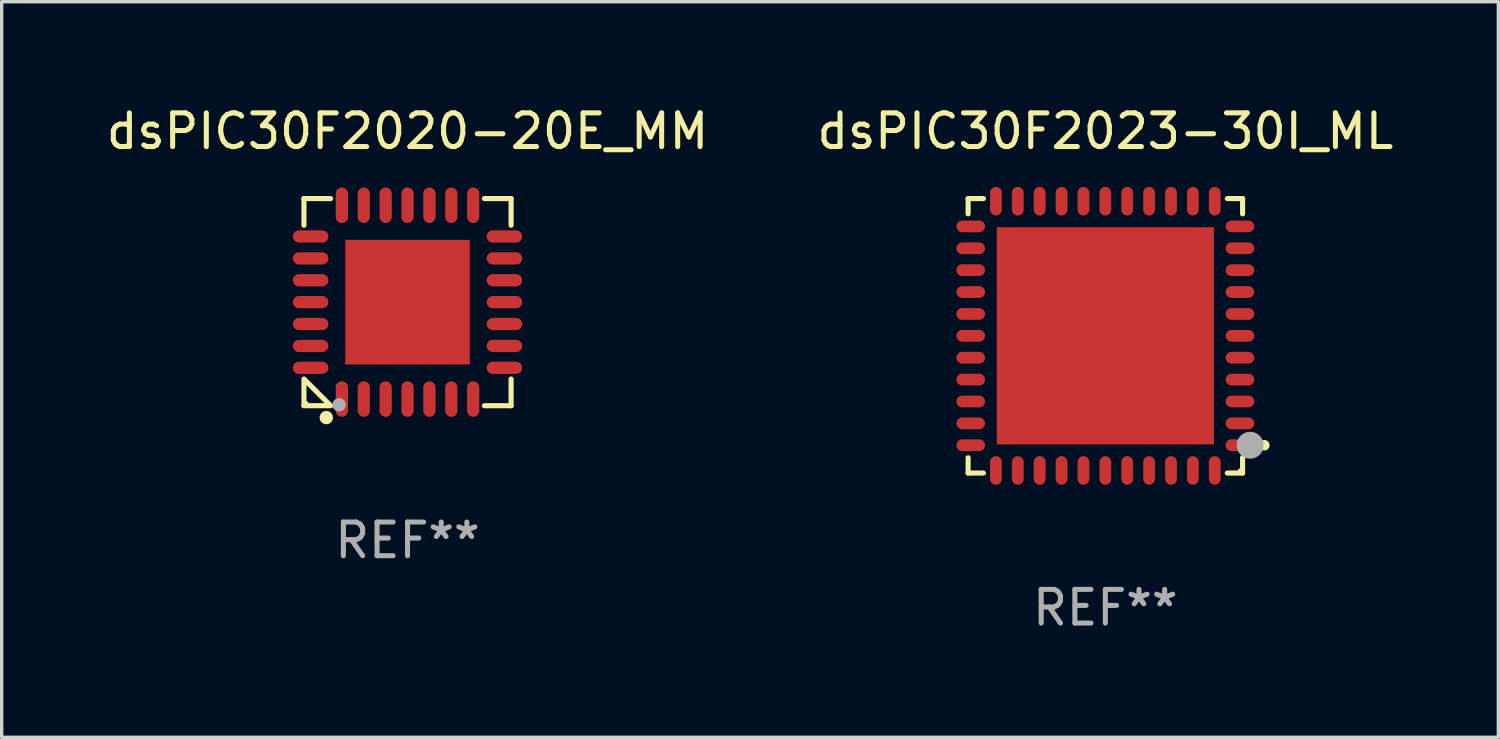
<source format=kicad_pcb>
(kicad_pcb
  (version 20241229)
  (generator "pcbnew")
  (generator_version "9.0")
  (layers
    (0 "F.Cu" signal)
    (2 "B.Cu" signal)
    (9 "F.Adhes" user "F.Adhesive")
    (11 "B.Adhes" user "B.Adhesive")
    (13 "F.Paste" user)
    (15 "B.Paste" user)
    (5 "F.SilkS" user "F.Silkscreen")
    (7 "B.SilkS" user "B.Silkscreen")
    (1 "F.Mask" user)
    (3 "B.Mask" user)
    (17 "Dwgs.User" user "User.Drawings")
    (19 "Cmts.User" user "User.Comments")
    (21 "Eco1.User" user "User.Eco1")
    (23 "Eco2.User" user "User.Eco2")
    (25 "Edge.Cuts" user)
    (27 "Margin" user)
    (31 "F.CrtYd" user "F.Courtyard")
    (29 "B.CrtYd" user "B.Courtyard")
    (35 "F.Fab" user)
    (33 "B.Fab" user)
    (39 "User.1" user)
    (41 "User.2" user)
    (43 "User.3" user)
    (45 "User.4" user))
  (footprint "dsPIC30F2023-30I_ML"
    (layer "F.Cu")
    (at 29.78 6.924)
    (property "Reference" "dsPIC30F2023-30I_ML" (at 0 -6.076 0) (layer "F.SilkS") (effects (font (size 1 1) (thickness 0.15))))
    (attr through_hole)
    (fp_line (start -4.076 -4.076) (end -4.076 -3.622) (stroke (width 0.152) (type solid)) (layer "F.SilkS"))
    (fp_line (start -4.076 4.076) (end -4.076 3.622) (stroke (width 0.152) (type solid)) (layer "F.SilkS"))
    (fp_line (start -3.622 -4.076) (end -4.076 -4.076) (stroke (width 0.152) (type solid)) (layer "F.SilkS"))
    (fp_line (start -3.622 4.076) (end -4.076 4.076) (stroke (width 0.152) (type solid)) (layer "F.SilkS"))
    (fp_line (start 3.622 -4.076) (end 4.076 -4.076) (stroke (width 0.152) (type solid)) (layer "F.SilkS"))
    (fp_line (start 3.622 4.076) (end 4.076 4.076) (stroke (width 0.152) (type solid)) (layer "F.SilkS"))
    (fp_line (start 4.076 -4.076) (end 4.076 -3.622) (stroke (width 0.152) (type solid)) (layer "F.SilkS"))
    (fp_line (start 4.076 4.076) (end 4.076 3.622) (stroke (width 0.152) (type solid)) (layer "F.SilkS"))
    (fp_circle (center 4 4) (end 4.03 4) (stroke (width 0.06) (type solid)) (fill no) (layer "F.SilkS"))
    (fp_circle (center 4.722 3.25) (end 4.801 3.25) (stroke (width 0.158) (type solid)) (fill no) (layer "F.SilkS"))
    (fp_circle (center 4.3 3.25) (end 4.5 3.25) (stroke (width 0.4) (type solid)) (fill no) (layer "F.Fab"))
    (fp_text user "REF**" (at 0 8.076 0) (layer "F.Fab") (effects (font (size 1 1) (thickness 0.15))))
    (pad "1" smd oval (at 3.998 3.25) (size 0.85 0.35) (layers "F.Cu" "F.Mask" "F.Paste"))
    (pad "2" smd oval (at 3.998 2.6) (size 0.85 0.35) (layers "F.Cu" "F.Mask" "F.Paste"))
    (pad "3" smd oval (at 3.998 1.95) (size 0.85 0.35) (layers "F.Cu" "F.Mask" "F.Paste"))
    (pad "4" smd oval (at 3.998 1.3) (size 0.85 0.35) (layers "F.Cu" "F.Mask" "F.Paste"))
    (pad "5" smd oval (at 3.998 0.65) (size 0.85 0.35) (layers "F.Cu" "F.Mask" "F.Paste"))
    (pad "6" smd oval (at 3.998 0.000051) (size 0.85 0.35) (layers "F.Cu" "F.Mask" "F.Paste"))
    (pad "7" smd oval (at 3.998 -0.65) (size 0.85 0.35) (layers "F.Cu" "F.Mask" "F.Paste"))
    (pad "8" smd oval (at 3.998 -1.3) (size 0.85 0.35) (layers "F.Cu" "F.Mask" "F.Paste"))
    (pad "9" smd oval (at 3.998 -1.95) (size 0.85 0.35) (layers "F.Cu" "F.Mask" "F.Paste"))
    (pad "10" smd oval (at 3.998 -2.6) (size 0.85 0.35) (layers "F.Cu" "F.Mask" "F.Paste"))
    (pad "11" smd oval (at 3.998 -3.25) (size 0.85 0.35) (layers "F.Cu" "F.Mask" "F.Paste"))
    (pad "12" smd oval (at 3.25 -3.998) (size 0.35 0.85) (layers "F.Cu" "F.Mask" "F.Paste"))
    (pad "13" smd oval (at 2.6 -3.998) (size 0.35 0.85) (layers "F.Cu" "F.Mask" "F.Paste"))
    (pad "14" smd oval (at 1.95 -3.998) (size 0.35 0.85) (layers "F.Cu" "F.Mask" "F.Paste"))
    (pad "15" smd oval (at 1.3 -3.998) (size 0.35 0.85) (layers "F.Cu" "F.Mask" "F.Paste"))
    (pad "16" smd oval (at 0.65 -3.998) (size 0.35 0.85) (layers "F.Cu" "F.Mask" "F.Paste"))
    (pad "17" smd oval (at -0.000127 -3.998) (size 0.35 0.85) (layers "F.Cu" "F.Mask" "F.Paste"))
    (pad "18" smd oval (at -0.65 -3.998) (size 0.35 0.85) (layers "F.Cu" "F.Mask" "F.Paste"))
    (pad "19" smd oval (at -1.3 -3.998) (size 0.35 0.85) (layers "F.Cu" "F.Mask" "F.Paste"))
    (pad "20" smd oval (at -1.95 -3.998) (size 0.35 0.85) (layers "F.Cu" "F.Mask" "F.Paste"))
    (pad "21" smd oval (at -2.6 -3.998) (size 0.35 0.85) (layers "F.Cu" "F.Mask" "F.Paste"))
    (pad "22" smd oval (at -3.25 -3.998) (size 0.35 0.85) (layers "F.Cu" "F.Mask" "F.Paste"))
    (pad "23" smd oval (at -3.999 -3.25) (size 0.85 0.35) (layers "F.Cu" "F.Mask" "F.Paste"))
    (pad "24" smd oval (at -3.999 -2.6) (size 0.85 0.35) (layers "F.Cu" "F.Mask" "F.Paste"))
    (pad "25" smd oval (at -3.999 -1.95) (size 0.85 0.35) (layers "F.Cu" "F.Mask" "F.Paste"))
    (pad "26" smd oval (at -3.999 -1.3) (size 0.85 0.35) (layers "F.Cu" "F.Mask" "F.Paste"))
    (pad "27" smd oval (at -3.999 -0.65) (size 0.85 0.35) (layers "F.Cu" "F.Mask" "F.Paste"))
    (pad "28" smd oval (at -3.999 0.000051) (size 0.85 0.35) (layers "F.Cu" "F.Mask" "F.Paste"))
    (pad "29" smd oval (at -3.999 0.65) (size 0.85 0.35) (layers "F.Cu" "F.Mask" "F.Paste"))
    (pad "30" smd oval (at -3.999 1.3) (size 0.85 0.35) (layers "F.Cu" "F.Mask" "F.Paste"))
    (pad "31" smd oval (at -3.999 1.95) (size 0.85 0.35) (layers "F.Cu" "F.Mask" "F.Paste"))
    (pad "32" smd oval (at -3.999 2.6) (size 0.85 0.35) (layers "F.Cu" "F.Mask" "F.Paste"))
    (pad "33" smd oval (at -3.999 3.25) (size 0.85 0.35) (layers "F.Cu" "F.Mask" "F.Paste"))
    (pad "34" smd oval (at -3.25 3.999) (size 0.35 0.85) (layers "F.Cu" "F.Mask" "F.Paste"))
    (pad "35" smd oval (at -2.6 3.999) (size 0.35 0.85) (layers "F.Cu" "F.Mask" "F.Paste"))
    (pad "36" smd oval (at -1.95 3.999) (size 0.35 0.85) (layers "F.Cu" "F.Mask" "F.Paste"))
    (pad "37" smd oval (at -1.3 3.999) (size 0.35 0.85) (layers "F.Cu" "F.Mask" "F.Paste"))
    (pad "38" smd oval (at -0.65 3.999) (size 0.35 0.85) (layers "F.Cu" "F.Mask" "F.Paste"))
    (pad "39" smd oval (at -0.000127 3.999) (size 0.35 0.85) (layers "F.Cu" "F.Mask" "F.Paste"))
    (pad "40" smd oval (at 0.65 3.999) (size 0.35 0.85) (layers "F.Cu" "F.Mask" "F.Paste"))
    (pad "41" smd oval (at 1.3 3.999) (size 0.35 0.85) (layers "F.Cu" "F.Mask" "F.Paste"))
    (pad "42" smd oval (at 1.95 3.999) (size 0.35 0.85) (layers "F.Cu" "F.Mask" "F.Paste"))
    (pad "43" smd oval (at 2.6 3.999) (size 0.35 0.85) (layers "F.Cu" "F.Mask" "F.Paste"))
    (pad "44" smd oval (at 3.25 3.999) (size 0.35 0.85) (layers "F.Cu" "F.Mask" "F.Paste"))
    (pad "45" smd rect (at -0.000127 0.000051) (size 6.45 6.45) (layers "F.Cu" "F.Mask" "F.Paste")))
  (footprint "dsPIC30F2020-20E_MM"
    (layer "F.Cu")
    (at 9.054 5.924)
    (property "Reference" "dsPIC30F2020-20E_MM" (at 0 -5.076 0) (layer "F.SilkS") (effects (font (size 1 1) (thickness 0.15))))
    (attr through_hole)
    (fp_line (start -3.076 -3.076) (end -3.076 -2.284) (stroke (width 0.152) (type solid)) (layer "F.SilkS"))
    (fp_line (start -3.076 3.076) (end -3.076 2.284) (stroke (width 0.152) (type solid)) (layer "F.SilkS"))
    (fp_line (start -3.049 2.311) (end -2.311 3.049) (stroke (width 0.152) (type solid)) (layer "F.SilkS"))
    (fp_line (start -2.284 -3.076) (end -3.076 -3.076) (stroke (width 0.152) (type solid)) (layer "F.SilkS"))
    (fp_line (start -2.284 3.076) (end -3.076 3.076) (stroke (width 0.152) (type solid)) (layer "F.SilkS"))
    (fp_line (start 2.284 -3.076) (end 3.076 -3.076) (stroke (width 0.152) (type solid)) (layer "F.SilkS"))
    (fp_line (start 2.284 3.076) (end 3.076 3.076) (stroke (width 0.152) (type solid)) (layer "F.SilkS"))
    (fp_line (start 3.076 -3.076) (end 3.076 -2.284) (stroke (width 0.152) (type solid)) (layer "F.SilkS"))
    (fp_line (start 3.076 3.076) (end 3.076 2.284) (stroke (width 0.152) (type solid)) (layer "F.SilkS"))
    (fp_circle (center -3 3) (end -2.97 3) (stroke (width 0.06) (type solid)) (fill no) (layer "F.SilkS"))
    (fp_circle (center -2.413 3.429) (end -2.313 3.429) (stroke (width 0.2) (type solid)) (fill no) (layer "F.SilkS"))
    (fp_circle (center -2.032 3.048) (end -1.932 3.048) (stroke (width 0.2) (type solid)) (fill no) (layer "F.Fab"))
    (fp_text user "REF**" (at 0 7.076 0) (layer "F.Fab") (effects (font (size 1 1) (thickness 0.15))))
    (pad "1" smd oval (at -1.95 2.878) (size 0.364 1.055) (layers "F.Cu" "F.Mask" "F.Paste"))
    (pad "2" smd oval (at -1.3 2.878) (size 0.364 1.055) (layers "F.Cu" "F.Mask" "F.Paste"))
    (pad "3" smd oval (at -0.65 2.878) (size 0.364 1.055) (layers "F.Cu" "F.Mask" "F.Paste"))
    (pad "4" smd oval (at 0 2.878) (size 0.364 1.055) (layers "F.Cu" "F.Mask" "F.Paste"))
    (pad "5" smd oval (at 0.65 2.878) (size 0.364 1.055) (layers "F.Cu" "F.Mask" "F.Paste"))
    (pad "6" smd oval (at 1.3 2.878) (size 0.364 1.055) (layers "F.Cu" "F.Mask" "F.Paste"))
    (pad "7" smd oval (at 1.95 2.878) (size 0.364 1.055) (layers "F.Cu" "F.Mask" "F.Paste"))
    (pad "8" smd oval (at 2.878 1.95) (size 1.055 0.364) (layers "F.Cu" "F.Mask" "F.Paste"))
    (pad "9" smd oval (at 2.878 1.3) (size 1.055 0.364) (layers "F.Cu" "F.Mask" "F.Paste"))
    (pad "10" smd oval (at 2.878 0.65) (size 1.055 0.364) (layers "F.Cu" "F.Mask" "F.Paste"))
    (pad "11" smd oval (at 2.878 0) (size 1.055 0.364) (layers "F.Cu" "F.Mask" "F.Paste"))
    (pad "12" smd oval (at 2.878 -0.65) (size 1.055 0.364) (layers "F.Cu" "F.Mask" "F.Paste"))
    (pad "13" smd oval (at 2.878 -1.3) (size 1.055 0.364) (layers "F.Cu" "F.Mask" "F.Paste"))
    (pad "14" smd oval (at 2.878 -1.95) (size 1.055 0.364) (layers "F.Cu" "F.Mask" "F.Paste"))
    (pad "15" smd oval (at 1.95 -2.878) (size 0.364 1.055) (layers "F.Cu" "F.Mask" "F.Paste"))
    (pad "16" smd oval (at 1.3 -2.878) (size 0.364 1.055) (layers "F.Cu" "F.Mask" "F.Paste"))
    (pad "17" smd oval (at 0.65 -2.878) (size 0.364 1.055) (layers "F.Cu" "F.Mask" "F.Paste"))
    (pad "18" smd oval (at 0 -2.878) (size 0.364 1.055) (layers "F.Cu" "F.Mask" "F.Paste"))
    (pad "19" smd oval (at -0.65 -2.878) (size 0.364 1.055) (layers "F.Cu" "F.Mask" "F.Paste"))
    (pad "20" smd oval (at -1.3 -2.878) (size 0.364 1.055) (layers "F.Cu" "F.Mask" "F.Paste"))
    (pad "21" smd oval (at -1.95 -2.878) (size 0.364 1.055) (layers "F.Cu" "F.Mask" "F.Paste"))
    (pad "22" smd oval (at -2.878 -1.95) (size 1.055 0.364) (layers "F.Cu" "F.Mask" "F.Paste"))
    (pad "23" smd oval (at -2.878 -1.3) (size 1.055 0.364) (layers "F.Cu" "F.Mask" "F.Paste"))
    (pad "24" smd oval (at -2.878 -0.65) (size 1.055 0.364) (layers "F.Cu" "F.Mask" "F.Paste"))
    (pad "25" smd oval (at -2.878 0) (size 1.055 0.364) (layers "F.Cu" "F.Mask" "F.Paste"))
    (pad "26" smd oval (at -2.878 0.65) (size 1.055 0.364) (layers "F.Cu" "F.Mask" "F.Paste"))
    (pad "27" smd oval (at -2.878 1.3) (size 1.055 0.364) (layers "F.Cu" "F.Mask" "F.Paste"))
    (pad "28" smd oval (at -2.878 1.95) (size 1.055 0.364) (layers "F.Cu" "F.Mask" "F.Paste"))
    (pad "29" smd rect (at 0 0) (size 3.7 3.7) (layers "F.Cu" "F.Mask" "F.Paste")))
  (gr_rect
    (start -3 -3)
    (end 41.452 18.849)
    (stroke (width 0.1) (type default))
    (fill no)
    (layer "Edge.Cuts")))
</source>
